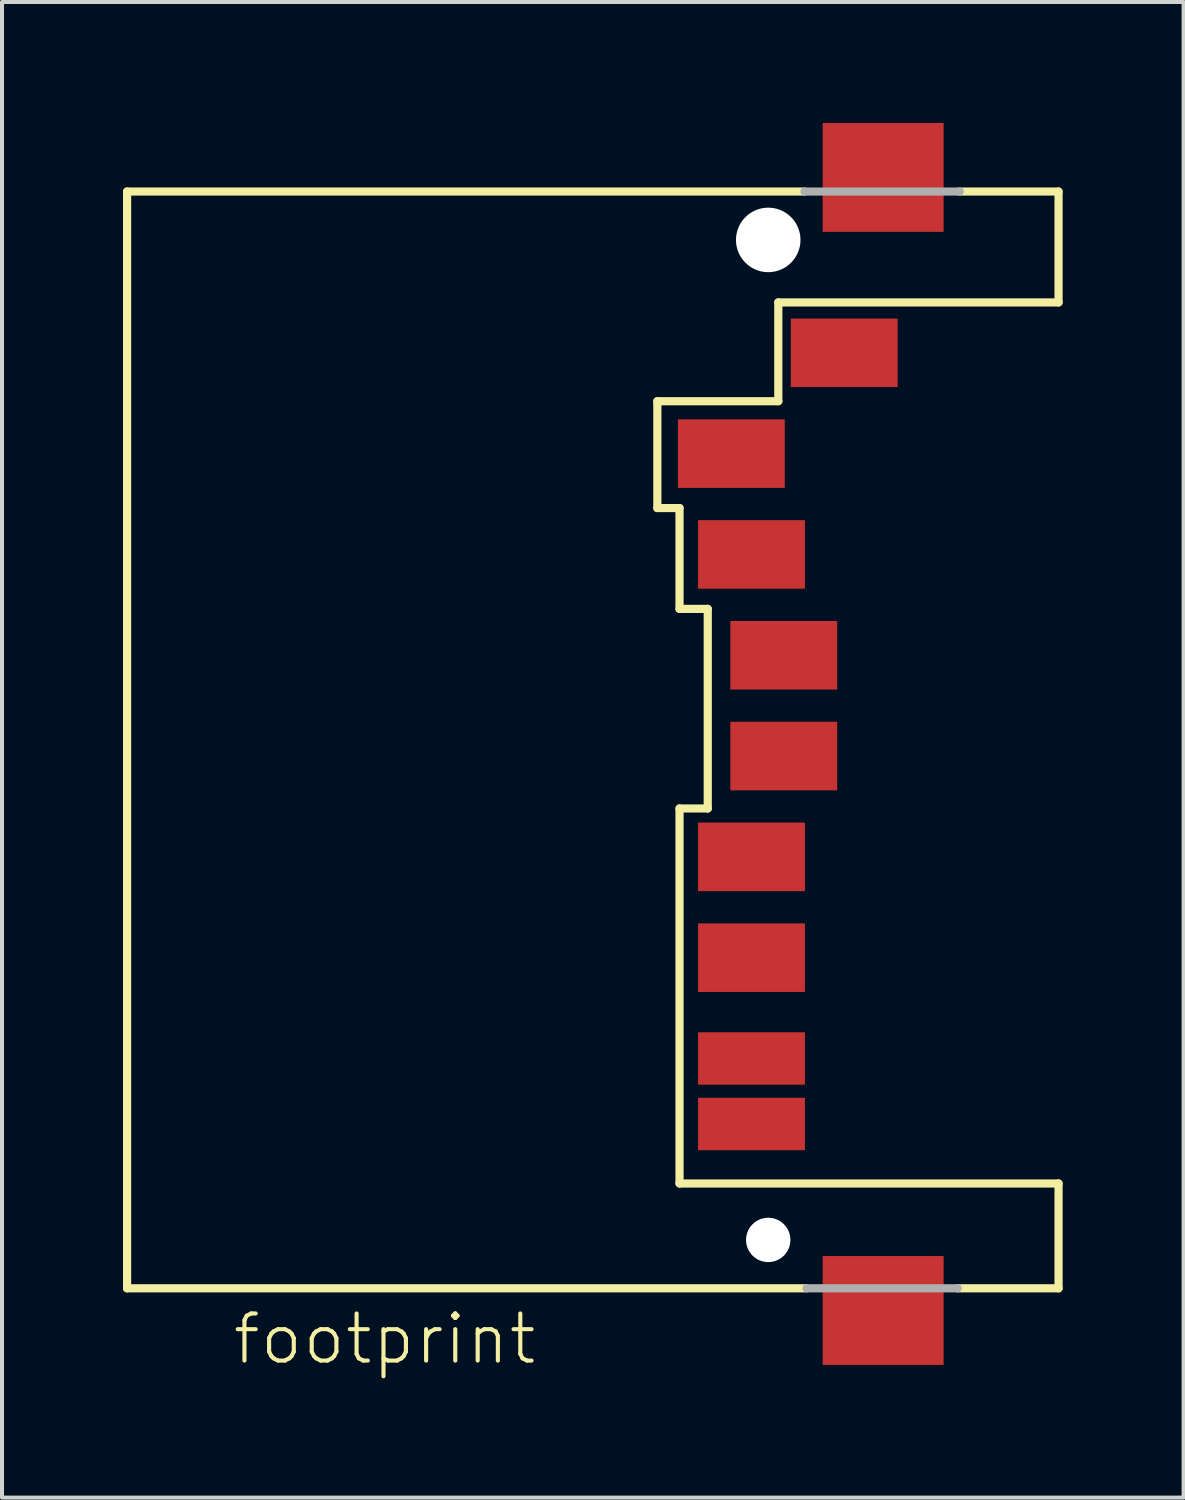
<source format=kicad_pcb>
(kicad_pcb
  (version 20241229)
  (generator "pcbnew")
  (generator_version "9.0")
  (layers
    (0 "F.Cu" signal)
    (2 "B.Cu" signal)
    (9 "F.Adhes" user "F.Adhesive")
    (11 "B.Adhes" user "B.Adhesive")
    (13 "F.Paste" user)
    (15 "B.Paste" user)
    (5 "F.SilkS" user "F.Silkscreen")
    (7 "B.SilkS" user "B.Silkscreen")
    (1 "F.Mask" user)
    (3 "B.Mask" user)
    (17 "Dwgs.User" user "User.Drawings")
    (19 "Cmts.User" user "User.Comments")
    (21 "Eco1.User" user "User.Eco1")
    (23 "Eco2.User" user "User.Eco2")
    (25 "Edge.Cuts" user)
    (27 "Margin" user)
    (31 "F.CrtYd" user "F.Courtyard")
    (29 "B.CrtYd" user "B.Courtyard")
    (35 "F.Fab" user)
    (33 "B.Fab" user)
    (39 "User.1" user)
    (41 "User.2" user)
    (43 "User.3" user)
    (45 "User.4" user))
  (footprint "footprint"
    (layer "F.Cu")
    (at 16.002 2.9)
    (property "Reference" "footprint" (at -13.335 27.94 0) (layer "F.SilkS") (effects (font (size 1.168 1.168) (thickness 0.102)) (justify left bottom)))
    (fp_line (start -15.9 -1.2) (end 0.9 -1.2) (stroke (width 0.203) (type solid)) (layer "F.SilkS"))
    (fp_line (start -15.9 26) (end -15.9 -1.2) (stroke (width 0.203) (type solid)) (layer "F.SilkS"))
    (fp_line (start -2.75 4) (end -2.75 6.65) (stroke (width 0.203) (type solid)) (layer "F.SilkS"))
    (fp_line (start -2.75 6.65) (end -2.2 6.65) (stroke (width 0.203) (type solid)) (layer "F.SilkS"))
    (fp_line (start -2.2 6.65) (end -2.2 9.15) (stroke (width 0.203) (type solid)) (layer "F.SilkS"))
    (fp_line (start -2.2 9.15) (end -1.5 9.15) (stroke (width 0.203) (type solid)) (layer "F.SilkS"))
    (fp_line (start -2.2 14.1) (end -2.2 23.4) (stroke (width 0.203) (type solid)) (layer "F.SilkS"))
    (fp_line (start -1.5 9.15) (end -1.5 14.1) (stroke (width 0.203) (type solid)) (layer "F.SilkS"))
    (fp_line (start -1.5 14.1) (end -2.2 14.1) (stroke (width 0.203) (type solid)) (layer "F.SilkS"))
    (fp_line (start 0.25 1.55) (end 0.25 4) (stroke (width 0.203) (type solid)) (layer "F.SilkS"))
    (fp_line (start 0.25 4) (end -2.75 4) (stroke (width 0.203) (type solid)) (layer "F.SilkS"))
    (fp_line (start 0.95 26) (end -15.9 26) (stroke (width 0.203) (type solid)) (layer "F.SilkS"))
    (fp_line (start 4.7 26) (end 7.2 26) (stroke (width 0.203) (type solid)) (layer "F.SilkS"))
    (fp_line (start 4.75 -1.2) (end 7.2 -1.2) (stroke (width 0.203) (type solid)) (layer "F.SilkS"))
    (fp_line (start 7.2 -1.2) (end 7.2 1.55) (stroke (width 0.203) (type solid)) (layer "F.SilkS"))
    (fp_line (start 7.2 1.55) (end 0.25 1.55) (stroke (width 0.203) (type solid)) (layer "F.SilkS"))
    (fp_line (start 7.2 23.4) (end -2.2 23.4) (stroke (width 0.203) (type solid)) (layer "F.SilkS"))
    (fp_line (start 7.2 26) (end 7.2 23.4) (stroke (width 0.203) (type solid)) (layer "F.SilkS"))
    (fp_line (start 0.9 -1.2) (end 4.75 -1.2) (stroke (width 0.203) (type solid)) (layer "F.Fab"))
    (fp_line (start 4.7 26) (end 0.95 26) (stroke (width 0.203) (type solid)) (layer "F.Fab"))
    (pad "" np_thru_hole circle (at 0 0) (size 1.6 1.6) (drill 1.6) (layers "*.Cu" "*.Mask"))
    (pad "" np_thru_hole circle (at 0 24.8) (size 1.1 1.1) (drill 1.1) (layers "*.Cu" "*.Mask"))
    (pad "1" smd rect (at -0.915 5.3) (size 2.65 1.7) (layers "F.Cu" "F.Mask" "F.Paste"))
    (pad "2" smd rect (at -0.415 7.8) (size 2.65 1.7) (layers "F.Cu" "F.Mask" "F.Paste"))
    (pad "3" smd rect (at 0.385 10.3) (size 2.65 1.7) (layers "F.Cu" "F.Mask" "F.Paste"))
    (pad "4" smd rect (at 0.385 12.8) (size 2.65 1.7) (layers "F.Cu" "F.Mask" "F.Paste"))
    (pad "5" smd rect (at -0.415 15.3) (size 2.65 1.7) (layers "F.Cu" "F.Mask" "F.Paste"))
    (pad "6" smd rect (at -0.415 17.8) (size 2.65 1.7) (layers "F.Cu" "F.Mask" "F.Paste"))
    (pad "7" smd rect (at -0.415 20.3) (size 2.65 1.3) (layers "F.Cu" "F.Mask" "F.Paste"))
    (pad "8" smd rect (at -0.415 21.925) (size 2.65 1.3) (layers "F.Cu" "F.Mask" "F.Paste"))
    (pad "9" smd rect (at 1.885 2.8) (size 2.65 1.7) (layers "F.Cu" "F.Mask" "F.Paste"))
    (pad "M1" smd rect (at 2.85 -1.55) (size 3 2.7) (layers "F.Cu" "F.Mask" "F.Paste"))
    (pad "M2" smd rect (at 2.85 26.55) (size 3 2.7) (layers "F.Cu" "F.Mask" "F.Paste")))
  (gr_rect
    (start -3 -3)
    (end 26.303 34.09)
    (stroke (width 0.1) (type default))
    (fill no)
    (layer "Edge.Cuts")))
</source>
